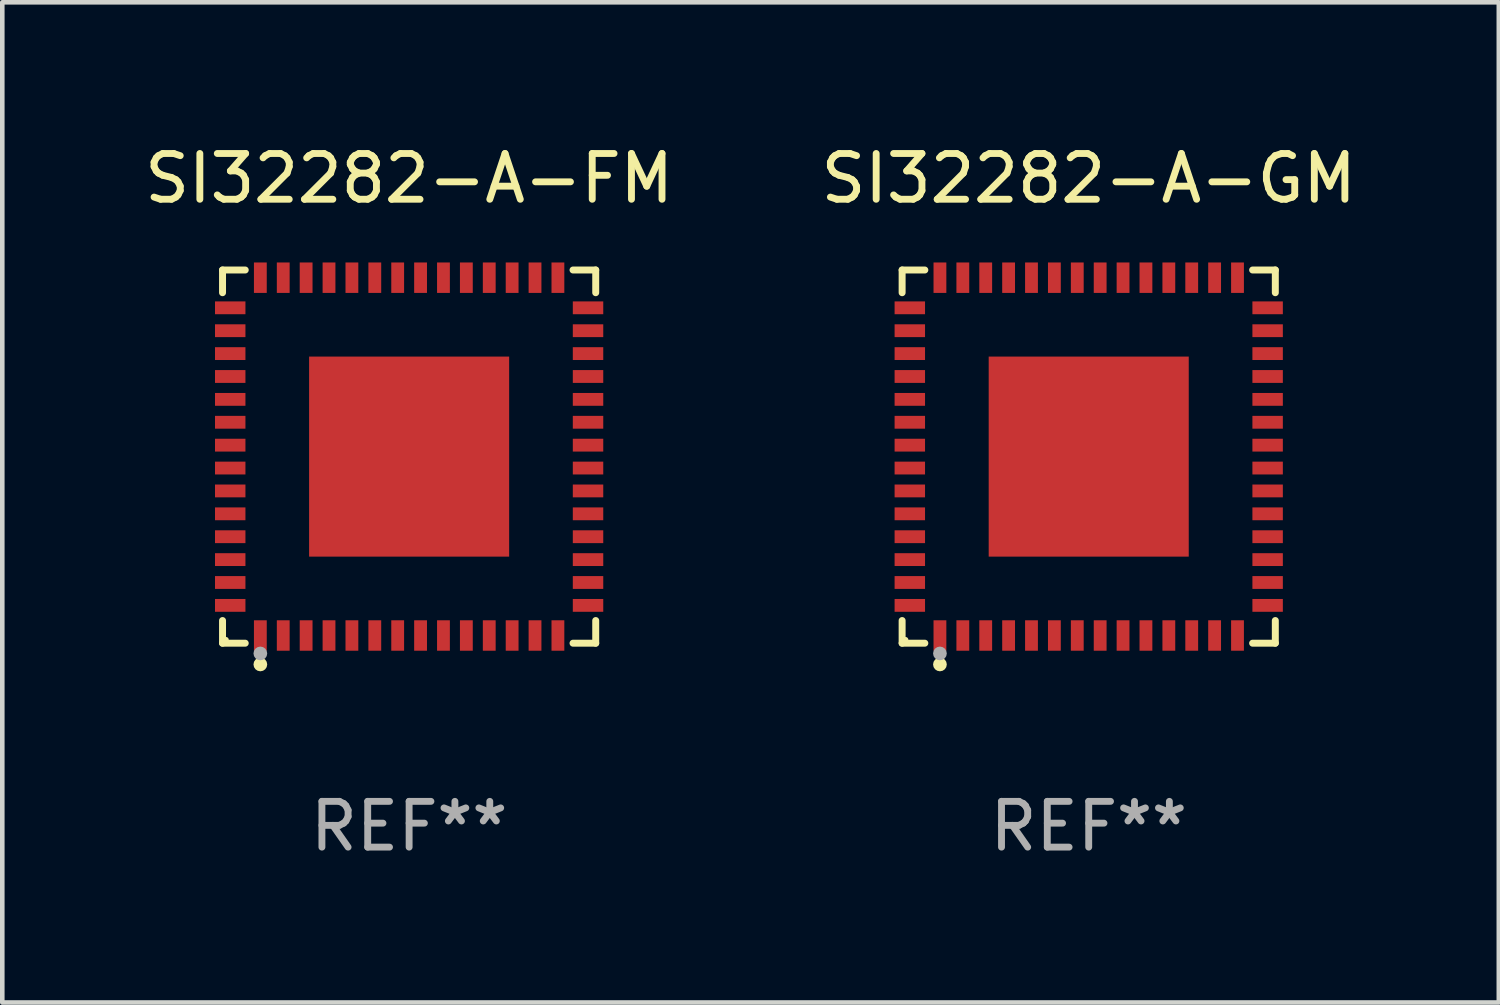
<source format=kicad_pcb>
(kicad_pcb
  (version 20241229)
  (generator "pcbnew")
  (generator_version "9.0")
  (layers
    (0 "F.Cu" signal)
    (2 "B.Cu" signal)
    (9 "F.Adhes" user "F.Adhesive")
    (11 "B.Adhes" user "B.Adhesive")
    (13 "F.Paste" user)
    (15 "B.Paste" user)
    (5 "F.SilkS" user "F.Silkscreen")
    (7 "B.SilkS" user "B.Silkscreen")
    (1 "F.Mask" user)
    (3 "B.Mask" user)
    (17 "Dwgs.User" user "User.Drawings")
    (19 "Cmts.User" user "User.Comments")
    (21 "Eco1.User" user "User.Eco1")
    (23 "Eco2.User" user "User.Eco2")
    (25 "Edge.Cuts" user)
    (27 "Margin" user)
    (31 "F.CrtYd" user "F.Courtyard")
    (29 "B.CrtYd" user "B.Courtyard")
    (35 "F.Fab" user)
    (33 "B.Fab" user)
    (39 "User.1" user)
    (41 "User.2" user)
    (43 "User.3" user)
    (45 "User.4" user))
  (footprint "SI32282-A-GM"
    (layer "F.Cu")
    (at 20.732 6.924)
    (property "Reference" "SI32282-A-GM" (at 0 -6.076 0) (layer "F.SilkS") (effects (font (size 1 1) (thickness 0.15))))
    (attr through_hole)
    (fp_line (start -4.076 -4.076) (end -3.58 -4.076) (stroke (width 0.152) (type solid)) (layer "F.SilkS"))
    (fp_line (start -4.076 -3.58) (end -4.076 -4.076) (stroke (width 0.152) (type solid)) (layer "F.SilkS"))
    (fp_line (start -4.076 3.581) (end -4.076 4.076) (stroke (width 0.152) (type solid)) (layer "F.SilkS"))
    (fp_line (start -4.076 4.076) (end -3.58 4.076) (stroke (width 0.152) (type solid)) (layer "F.SilkS"))
    (fp_line (start 4.076 -4.076) (end 3.58 -4.076) (stroke (width 0.152) (type solid)) (layer "F.SilkS"))
    (fp_line (start 4.076 -3.58) (end 4.076 -4.076) (stroke (width 0.152) (type solid)) (layer "F.SilkS"))
    (fp_line (start 4.076 3.581) (end 4.076 4.076) (stroke (width 0.152) (type solid)) (layer "F.SilkS"))
    (fp_line (start 4.076 4.076) (end 3.58 4.076) (stroke (width 0.152) (type solid)) (layer "F.SilkS"))
    (fp_circle (center -4 4) (end -3.97 4) (stroke (width 0.06) (type solid)) (fill no) (layer "F.SilkS"))
    (fp_circle (center -3.25 4.54) (end -3.175 4.54) (stroke (width 0.15) (type solid)) (fill no) (layer "F.SilkS"))
    (fp_circle (center -3.25 4.3) (end -3.175 4.3) (stroke (width 0.15) (type solid)) (fill no) (layer "F.Fab"))
    (fp_text user "REF**" (at 0 8.076 0) (layer "F.Fab") (effects (font (size 1 1) (thickness 0.15))))
    (pad "1" smd rect (at -3.25 3.908) (size 0.28 0.665) (layers "F.Cu" "F.Mask" "F.Paste"))
    (pad "2" smd rect (at -2.75 3.908) (size 0.28 0.665) (layers "F.Cu" "F.Mask" "F.Paste"))
    (pad "3" smd rect (at -2.25 3.908) (size 0.28 0.665) (layers "F.Cu" "F.Mask" "F.Paste"))
    (pad "4" smd rect (at -1.75 3.908) (size 0.28 0.665) (layers "F.Cu" "F.Mask" "F.Paste"))
    (pad "5" smd rect (at -1.25 3.908) (size 0.28 0.665) (layers "F.Cu" "F.Mask" "F.Paste"))
    (pad "6" smd rect (at -0.75 3.908) (size 0.28 0.665) (layers "F.Cu" "F.Mask" "F.Paste"))
    (pad "7" smd rect (at -0.25 3.908) (size 0.28 0.665) (layers "F.Cu" "F.Mask" "F.Paste"))
    (pad "8" smd rect (at 0.25 3.908) (size 0.28 0.665) (layers "F.Cu" "F.Mask" "F.Paste"))
    (pad "9" smd rect (at 0.75 3.908) (size 0.28 0.665) (layers "F.Cu" "F.Mask" "F.Paste"))
    (pad "10" smd rect (at 1.25 3.908) (size 0.28 0.665) (layers "F.Cu" "F.Mask" "F.Paste"))
    (pad "11" smd rect (at 1.75 3.908) (size 0.28 0.665) (layers "F.Cu" "F.Mask" "F.Paste"))
    (pad "12" smd rect (at 2.25 3.908) (size 0.28 0.665) (layers "F.Cu" "F.Mask" "F.Paste"))
    (pad "13" smd rect (at 2.75 3.908) (size 0.28 0.665) (layers "F.Cu" "F.Mask" "F.Paste"))
    (pad "14" smd rect (at 3.25 3.908) (size 0.28 0.665) (layers "F.Cu" "F.Mask" "F.Paste"))
    (pad "15" smd rect (at 3.908 3.25) (size 0.665 0.28) (layers "F.Cu" "F.Mask" "F.Paste"))
    (pad "16" smd rect (at 3.908 2.75) (size 0.665 0.28) (layers "F.Cu" "F.Mask" "F.Paste"))
    (pad "17" smd rect (at 3.908 2.25) (size 0.665 0.28) (layers "F.Cu" "F.Mask" "F.Paste"))
    (pad "18" smd rect (at 3.908 1.75) (size 0.665 0.28) (layers "F.Cu" "F.Mask" "F.Paste"))
    (pad "19" smd rect (at 3.908 1.25) (size 0.665 0.28) (layers "F.Cu" "F.Mask" "F.Paste"))
    (pad "20" smd rect (at 3.908 0.75) (size 0.665 0.28) (layers "F.Cu" "F.Mask" "F.Paste"))
    (pad "21" smd rect (at 3.908 0.25) (size 0.665 0.28) (layers "F.Cu" "F.Mask" "F.Paste"))
    (pad "22" smd rect (at 3.908 -0.25) (size 0.665 0.28) (layers "F.Cu" "F.Mask" "F.Paste"))
    (pad "23" smd rect (at 3.908 -0.75) (size 0.665 0.28) (layers "F.Cu" "F.Mask" "F.Paste"))
    (pad "24" smd rect (at 3.908 -1.25) (size 0.665 0.28) (layers "F.Cu" "F.Mask" "F.Paste"))
    (pad "25" smd rect (at 3.908 -1.75) (size 0.665 0.28) (layers "F.Cu" "F.Mask" "F.Paste"))
    (pad "26" smd rect (at 3.908 -2.25) (size 0.665 0.28) (layers "F.Cu" "F.Mask" "F.Paste"))
    (pad "27" smd rect (at 3.908 -2.75) (size 0.665 0.28) (layers "F.Cu" "F.Mask" "F.Paste"))
    (pad "28" smd rect (at 3.908 -3.25) (size 0.665 0.28) (layers "F.Cu" "F.Mask" "F.Paste"))
    (pad "29" smd rect (at 3.25 -3.908) (size 0.28 0.665) (layers "F.Cu" "F.Mask" "F.Paste"))
    (pad "30" smd rect (at 2.75 -3.908) (size 0.28 0.665) (layers "F.Cu" "F.Mask" "F.Paste"))
    (pad "31" smd rect (at 2.25 -3.908) (size 0.28 0.665) (layers "F.Cu" "F.Mask" "F.Paste"))
    (pad "32" smd rect (at 1.75 -3.908) (size 0.28 0.665) (layers "F.Cu" "F.Mask" "F.Paste"))
    (pad "33" smd rect (at 1.25 -3.908) (size 0.28 0.665) (layers "F.Cu" "F.Mask" "F.Paste"))
    (pad "34" smd rect (at 0.75 -3.908) (size 0.28 0.665) (layers "F.Cu" "F.Mask" "F.Paste"))
    (pad "35" smd rect (at 0.25 -3.908) (size 0.28 0.665) (layers "F.Cu" "F.Mask" "F.Paste"))
    (pad "36" smd rect (at -0.25 -3.908) (size 0.28 0.665) (layers "F.Cu" "F.Mask" "F.Paste"))
    (pad "37" smd rect (at -0.75 -3.908) (size 0.28 0.665) (layers "F.Cu" "F.Mask" "F.Paste"))
    (pad "38" smd rect (at -1.25 -3.908) (size 0.28 0.665) (layers "F.Cu" "F.Mask" "F.Paste"))
    (pad "39" smd rect (at -1.75 -3.908) (size 0.28 0.665) (layers "F.Cu" "F.Mask" "F.Paste"))
    (pad "40" smd rect (at -2.25 -3.908) (size 0.28 0.665) (layers "F.Cu" "F.Mask" "F.Paste"))
    (pad "41" smd rect (at -2.75 -3.908) (size 0.28 0.665) (layers "F.Cu" "F.Mask" "F.Paste"))
    (pad "42" smd rect (at -3.25 -3.908) (size 0.28 0.665) (layers "F.Cu" "F.Mask" "F.Paste"))
    (pad "43" smd rect (at -3.908 -3.25) (size 0.665 0.28) (layers "F.Cu" "F.Mask" "F.Paste"))
    (pad "44" smd rect (at -3.908 -2.75) (size 0.665 0.28) (layers "F.Cu" "F.Mask" "F.Paste"))
    (pad "45" smd rect (at -3.908 -2.25) (size 0.665 0.28) (layers "F.Cu" "F.Mask" "F.Paste"))
    (pad "46" smd rect (at -3.908 -1.75) (size 0.665 0.28) (layers "F.Cu" "F.Mask" "F.Paste"))
    (pad "47" smd rect (at -3.908 -1.25) (size 0.665 0.28) (layers "F.Cu" "F.Mask" "F.Paste"))
    (pad "48" smd rect (at -3.908 -0.75) (size 0.665 0.28) (layers "F.Cu" "F.Mask" "F.Paste"))
    (pad "49" smd rect (at -3.908 -0.25) (size 0.665 0.28) (layers "F.Cu" "F.Mask" "F.Paste"))
    (pad "50" smd rect (at -3.908 0.25) (size 0.665 0.28) (layers "F.Cu" "F.Mask" "F.Paste"))
    (pad "51" smd rect (at -3.908 0.75) (size 0.665 0.28) (layers "F.Cu" "F.Mask" "F.Paste"))
    (pad "52" smd rect (at -3.908 1.25) (size 0.665 0.28) (layers "F.Cu" "F.Mask" "F.Paste"))
    (pad "53" smd rect (at -3.908 1.75) (size 0.665 0.28) (layers "F.Cu" "F.Mask" "F.Paste"))
    (pad "54" smd rect (at -3.908 2.25) (size 0.665 0.28) (layers "F.Cu" "F.Mask" "F.Paste"))
    (pad "55" smd rect (at -3.908 2.75) (size 0.665 0.28) (layers "F.Cu" "F.Mask" "F.Paste"))
    (pad "56" smd rect (at -3.908 3.25) (size 0.665 0.28) (layers "F.Cu" "F.Mask" "F.Paste"))
    (pad "57" smd rect (at 0 0.000025) (size 4.37 4.37) (layers "F.Cu" "F.Mask" "F.Paste")))
  (footprint "SI32282-A-FM"
    (layer "F.Cu")
    (at 5.887 6.924)
    (property "Reference" "SI32282-A-FM" (at 0 -6.076 0) (layer "F.SilkS") (effects (font (size 1 1) (thickness 0.15))))
    (attr through_hole)
    (fp_line (start -4.076 -4.076) (end -3.58 -4.076) (stroke (width 0.152) (type solid)) (layer "F.SilkS"))
    (fp_line (start -4.076 -3.58) (end -4.076 -4.076) (stroke (width 0.152) (type solid)) (layer "F.SilkS"))
    (fp_line (start -4.076 3.581) (end -4.076 4.076) (stroke (width 0.152) (type solid)) (layer "F.SilkS"))
    (fp_line (start -4.076 4.076) (end -3.58 4.076) (stroke (width 0.152) (type solid)) (layer "F.SilkS"))
    (fp_line (start 4.076 -4.076) (end 3.58 -4.076) (stroke (width 0.152) (type solid)) (layer "F.SilkS"))
    (fp_line (start 4.076 -3.58) (end 4.076 -4.076) (stroke (width 0.152) (type solid)) (layer "F.SilkS"))
    (fp_line (start 4.076 3.581) (end 4.076 4.076) (stroke (width 0.152) (type solid)) (layer "F.SilkS"))
    (fp_line (start 4.076 4.076) (end 3.58 4.076) (stroke (width 0.152) (type solid)) (layer "F.SilkS"))
    (fp_circle (center -4 4) (end -3.97 4) (stroke (width 0.06) (type solid)) (fill no) (layer "F.SilkS"))
    (fp_circle (center -3.25 4.54) (end -3.175 4.54) (stroke (width 0.15) (type solid)) (fill no) (layer "F.SilkS"))
    (fp_circle (center -3.25 4.3) (end -3.175 4.3) (stroke (width 0.15) (type solid)) (fill no) (layer "F.Fab"))
    (fp_text user "REF**" (at 0 8.076 0) (layer "F.Fab") (effects (font (size 1 1) (thickness 0.15))))
    (pad "1" smd rect (at -3.25 3.908) (size 0.28 0.665) (layers "F.Cu" "F.Mask" "F.Paste"))
    (pad "2" smd rect (at -2.75 3.908) (size 0.28 0.665) (layers "F.Cu" "F.Mask" "F.Paste"))
    (pad "3" smd rect (at -2.25 3.908) (size 0.28 0.665) (layers "F.Cu" "F.Mask" "F.Paste"))
    (pad "4" smd rect (at -1.75 3.908) (size 0.28 0.665) (layers "F.Cu" "F.Mask" "F.Paste"))
    (pad "5" smd rect (at -1.25 3.908) (size 0.28 0.665) (layers "F.Cu" "F.Mask" "F.Paste"))
    (pad "6" smd rect (at -0.75 3.908) (size 0.28 0.665) (layers "F.Cu" "F.Mask" "F.Paste"))
    (pad "7" smd rect (at -0.25 3.908) (size 0.28 0.665) (layers "F.Cu" "F.Mask" "F.Paste"))
    (pad "8" smd rect (at 0.25 3.908) (size 0.28 0.665) (layers "F.Cu" "F.Mask" "F.Paste"))
    (pad "9" smd rect (at 0.75 3.908) (size 0.28 0.665) (layers "F.Cu" "F.Mask" "F.Paste"))
    (pad "10" smd rect (at 1.25 3.908) (size 0.28 0.665) (layers "F.Cu" "F.Mask" "F.Paste"))
    (pad "11" smd rect (at 1.75 3.908) (size 0.28 0.665) (layers "F.Cu" "F.Mask" "F.Paste"))
    (pad "12" smd rect (at 2.25 3.908) (size 0.28 0.665) (layers "F.Cu" "F.Mask" "F.Paste"))
    (pad "13" smd rect (at 2.75 3.908) (size 0.28 0.665) (layers "F.Cu" "F.Mask" "F.Paste"))
    (pad "14" smd rect (at 3.25 3.908) (size 0.28 0.665) (layers "F.Cu" "F.Mask" "F.Paste"))
    (pad "15" smd rect (at 3.908 3.25) (size 0.665 0.28) (layers "F.Cu" "F.Mask" "F.Paste"))
    (pad "16" smd rect (at 3.908 2.75) (size 0.665 0.28) (layers "F.Cu" "F.Mask" "F.Paste"))
    (pad "17" smd rect (at 3.908 2.25) (size 0.665 0.28) (layers "F.Cu" "F.Mask" "F.Paste"))
    (pad "18" smd rect (at 3.908 1.75) (size 0.665 0.28) (layers "F.Cu" "F.Mask" "F.Paste"))
    (pad "19" smd rect (at 3.908 1.25) (size 0.665 0.28) (layers "F.Cu" "F.Mask" "F.Paste"))
    (pad "20" smd rect (at 3.908 0.75) (size 0.665 0.28) (layers "F.Cu" "F.Mask" "F.Paste"))
    (pad "21" smd rect (at 3.908 0.25) (size 0.665 0.28) (layers "F.Cu" "F.Mask" "F.Paste"))
    (pad "22" smd rect (at 3.908 -0.25) (size 0.665 0.28) (layers "F.Cu" "F.Mask" "F.Paste"))
    (pad "23" smd rect (at 3.908 -0.75) (size 0.665 0.28) (layers "F.Cu" "F.Mask" "F.Paste"))
    (pad "24" smd rect (at 3.908 -1.25) (size 0.665 0.28) (layers "F.Cu" "F.Mask" "F.Paste"))
    (pad "25" smd rect (at 3.908 -1.75) (size 0.665 0.28) (layers "F.Cu" "F.Mask" "F.Paste"))
    (pad "26" smd rect (at 3.908 -2.25) (size 0.665 0.28) (layers "F.Cu" "F.Mask" "F.Paste"))
    (pad "27" smd rect (at 3.908 -2.75) (size 0.665 0.28) (layers "F.Cu" "F.Mask" "F.Paste"))
    (pad "28" smd rect (at 3.908 -3.25) (size 0.665 0.28) (layers "F.Cu" "F.Mask" "F.Paste"))
    (pad "29" smd rect (at 3.25 -3.908) (size 0.28 0.665) (layers "F.Cu" "F.Mask" "F.Paste"))
    (pad "30" smd rect (at 2.75 -3.908) (size 0.28 0.665) (layers "F.Cu" "F.Mask" "F.Paste"))
    (pad "31" smd rect (at 2.25 -3.908) (size 0.28 0.665) (layers "F.Cu" "F.Mask" "F.Paste"))
    (pad "32" smd rect (at 1.75 -3.908) (size 0.28 0.665) (layers "F.Cu" "F.Mask" "F.Paste"))
    (pad "33" smd rect (at 1.25 -3.908) (size 0.28 0.665) (layers "F.Cu" "F.Mask" "F.Paste"))
    (pad "34" smd rect (at 0.75 -3.908) (size 0.28 0.665) (layers "F.Cu" "F.Mask" "F.Paste"))
    (pad "35" smd rect (at 0.25 -3.908) (size 0.28 0.665) (layers "F.Cu" "F.Mask" "F.Paste"))
    (pad "36" smd rect (at -0.25 -3.908) (size 0.28 0.665) (layers "F.Cu" "F.Mask" "F.Paste"))
    (pad "37" smd rect (at -0.75 -3.908) (size 0.28 0.665) (layers "F.Cu" "F.Mask" "F.Paste"))
    (pad "38" smd rect (at -1.25 -3.908) (size 0.28 0.665) (layers "F.Cu" "F.Mask" "F.Paste"))
    (pad "39" smd rect (at -1.75 -3.908) (size 0.28 0.665) (layers "F.Cu" "F.Mask" "F.Paste"))
    (pad "40" smd rect (at -2.25 -3.908) (size 0.28 0.665) (layers "F.Cu" "F.Mask" "F.Paste"))
    (pad "41" smd rect (at -2.75 -3.908) (size 0.28 0.665) (layers "F.Cu" "F.Mask" "F.Paste"))
    (pad "42" smd rect (at -3.25 -3.908) (size 0.28 0.665) (layers "F.Cu" "F.Mask" "F.Paste"))
    (pad "43" smd rect (at -3.908 -3.25) (size 0.665 0.28) (layers "F.Cu" "F.Mask" "F.Paste"))
    (pad "44" smd rect (at -3.908 -2.75) (size 0.665 0.28) (layers "F.Cu" "F.Mask" "F.Paste"))
    (pad "45" smd rect (at -3.908 -2.25) (size 0.665 0.28) (layers "F.Cu" "F.Mask" "F.Paste"))
    (pad "46" smd rect (at -3.908 -1.75) (size 0.665 0.28) (layers "F.Cu" "F.Mask" "F.Paste"))
    (pad "47" smd rect (at -3.908 -1.25) (size 0.665 0.28) (layers "F.Cu" "F.Mask" "F.Paste"))
    (pad "48" smd rect (at -3.908 -0.75) (size 0.665 0.28) (layers "F.Cu" "F.Mask" "F.Paste"))
    (pad "49" smd rect (at -3.908 -0.25) (size 0.665 0.28) (layers "F.Cu" "F.Mask" "F.Paste"))
    (pad "50" smd rect (at -3.908 0.25) (size 0.665 0.28) (layers "F.Cu" "F.Mask" "F.Paste"))
    (pad "51" smd rect (at -3.908 0.75) (size 0.665 0.28) (layers "F.Cu" "F.Mask" "F.Paste"))
    (pad "52" smd rect (at -3.908 1.25) (size 0.665 0.28) (layers "F.Cu" "F.Mask" "F.Paste"))
    (pad "53" smd rect (at -3.908 1.75) (size 0.665 0.28) (layers "F.Cu" "F.Mask" "F.Paste"))
    (pad "54" smd rect (at -3.908 2.25) (size 0.665 0.28) (layers "F.Cu" "F.Mask" "F.Paste"))
    (pad "55" smd rect (at -3.908 2.75) (size 0.665 0.28) (layers "F.Cu" "F.Mask" "F.Paste"))
    (pad "56" smd rect (at -3.908 3.25) (size 0.665 0.28) (layers "F.Cu" "F.Mask" "F.Paste"))
    (pad "57" smd rect (at 0 0.000025) (size 4.37 4.37) (layers "F.Cu" "F.Mask" "F.Paste")))
  (gr_rect
    (start -3 -3)
    (end 29.69 18.849)
    (stroke (width 0.1) (type default))
    (fill no)
    (layer "Edge.Cuts")))
</source>
